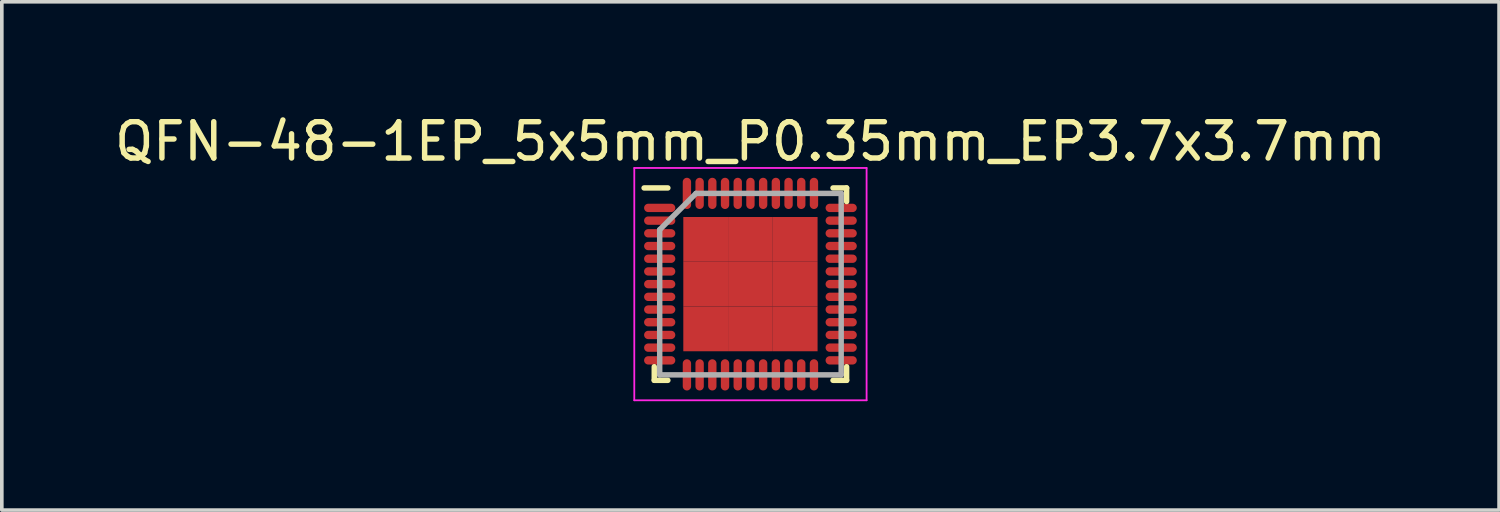
<source format=kicad_pcb>
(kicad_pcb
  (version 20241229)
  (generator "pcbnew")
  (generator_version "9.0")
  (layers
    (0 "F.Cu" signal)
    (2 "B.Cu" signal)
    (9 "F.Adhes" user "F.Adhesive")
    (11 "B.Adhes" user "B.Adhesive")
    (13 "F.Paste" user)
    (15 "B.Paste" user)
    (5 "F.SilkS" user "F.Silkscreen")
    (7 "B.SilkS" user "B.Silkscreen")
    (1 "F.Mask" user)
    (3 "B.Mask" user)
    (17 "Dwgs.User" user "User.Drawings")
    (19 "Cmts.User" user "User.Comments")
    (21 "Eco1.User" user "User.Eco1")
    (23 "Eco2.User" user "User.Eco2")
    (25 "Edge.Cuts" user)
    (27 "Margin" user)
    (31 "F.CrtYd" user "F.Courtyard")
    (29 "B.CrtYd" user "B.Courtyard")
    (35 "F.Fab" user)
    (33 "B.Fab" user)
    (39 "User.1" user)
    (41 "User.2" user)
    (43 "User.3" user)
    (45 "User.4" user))
  (footprint "QFN-48-1EP_5x5mm_P0.35mm_EP3.7x3.7mm"
    (layer "F.Cu")
    (at 17.625 4.778)
    (property "Reference" "QFN-48-1EP_5x5mm_P0.35mm_EP3.7x3.7mm" (at 0 -3.93 0) (layer "F.SilkS") (effects (font (size 1 1) (thickness 0.15))))
    (attr smd)
    (fp_line (start -2.65 2.65) (end -2.65 2.275) (stroke (width 0.15) (type solid)) (layer "F.SilkS"))
    (fp_line (start -2.275 -2.65) (end -2.93 -2.65) (stroke (width 0.15) (type solid)) (layer "F.SilkS"))
    (fp_line (start -2.275 2.65) (end -2.65 2.65) (stroke (width 0.15) (type solid)) (layer "F.SilkS"))
    (fp_line (start 2.275 -2.65) (end 2.65 -2.65) (stroke (width 0.15) (type solid)) (layer "F.SilkS"))
    (fp_line (start 2.275 2.65) (end 2.65 2.65) (stroke (width 0.15) (type solid)) (layer "F.SilkS"))
    (fp_line (start 2.65 -2.65) (end 2.65 -2.275) (stroke (width 0.15) (type solid)) (layer "F.SilkS"))
    (fp_line (start 2.65 2.65) (end 2.65 2.275) (stroke (width 0.15) (type solid)) (layer "F.SilkS"))
    (fp_line (start -3.2 -3.2) (end 3.2 -3.2) (stroke (width 0.05) (type solid)) (layer "F.CrtYd"))
    (fp_line (start -3.2 3.2) (end -3.2 -3.2) (stroke (width 0.05) (type solid)) (layer "F.CrtYd"))
    (fp_line (start 3.2 -3.2) (end 3.2 3.2) (stroke (width 0.05) (type solid)) (layer "F.CrtYd"))
    (fp_line (start 3.2 3.2) (end -3.2 3.2) (stroke (width 0.05) (type solid)) (layer "F.CrtYd"))
    (fp_line (start -2.5 -1.5) (end -2.5 2.5) (stroke (width 0.15) (type solid)) (layer "F.Fab"))
    (fp_line (start -2.5 2.5) (end 2.5 2.5) (stroke (width 0.15) (type solid)) (layer "F.Fab"))
    (fp_line (start -1.5 -2.5) (end -2.5 -1.5) (stroke (width 0.15) (type solid)) (layer "F.Fab"))
    (fp_line (start 2.5 -2.5) (end -1.5 -2.5) (stroke (width 0.15) (type solid)) (layer "F.Fab"))
    (fp_line (start 2.5 2.5) (end 2.5 -2.5) (stroke (width 0.15) (type solid)) (layer "F.Fab"))
    (pad "1" smd oval (at -2.5 -2.1 90) (size 0.23 0.86) (layers "F.Cu" "F.Mask" "F.Paste"))
    (pad "2" smd oval (at -2.5 -1.75 90) (size 0.23 0.86) (layers "F.Cu" "F.Mask" "F.Paste"))
    (pad "3" smd oval (at -2.5 -1.4 90) (size 0.23 0.86) (layers "F.Cu" "F.Mask" "F.Paste"))
    (pad "4" smd oval (at -2.5 -1.05 90) (size 0.23 0.86) (layers "F.Cu" "F.Mask" "F.Paste"))
    (pad "5" smd oval (at -2.5 -0.7 90) (size 0.23 0.86) (layers "F.Cu" "F.Mask" "F.Paste"))
    (pad "6" smd oval (at -2.5 -0.35 90) (size 0.23 0.86) (layers "F.Cu" "F.Mask" "F.Paste"))
    (pad "7" smd oval (at -2.5 0 90) (size 0.23 0.86) (layers "F.Cu" "F.Mask" "F.Paste"))
    (pad "8" smd oval (at -2.5 0.35 90) (size 0.23 0.86) (layers "F.Cu" "F.Mask" "F.Paste"))
    (pad "9" smd oval (at -2.5 0.7 90) (size 0.23 0.86) (layers "F.Cu" "F.Mask" "F.Paste"))
    (pad "10" smd oval (at -2.5 1.05 90) (size 0.23 0.86) (layers "F.Cu" "F.Mask" "F.Paste"))
    (pad "11" smd oval (at -2.5 1.4 90) (size 0.23 0.86) (layers "F.Cu" "F.Mask" "F.Paste"))
    (pad "12" smd oval (at -2.5 1.75 90) (size 0.23 0.86) (layers "F.Cu" "F.Mask" "F.Paste"))
    (pad "13" smd oval (at -2.5 2.1 90) (size 0.23 0.86) (layers "F.Cu" "F.Mask" "F.Paste"))
    (pad "14" smd oval (at -1.75 2.5) (size 0.23 0.86) (layers "F.Cu" "F.Mask" "F.Paste"))
    (pad "15" smd oval (at -1.4 2.5) (size 0.23 0.86) (layers "F.Cu" "F.Mask" "F.Paste"))
    (pad "16" smd oval (at -1.05 2.5) (size 0.23 0.86) (layers "F.Cu" "F.Mask" "F.Paste"))
    (pad "17" smd oval (at -0.7 2.5) (size 0.23 0.86) (layers "F.Cu" "F.Mask" "F.Paste"))
    (pad "18" smd oval (at -0.35 2.5) (size 0.23 0.86) (layers "F.Cu" "F.Mask" "F.Paste"))
    (pad "19" smd oval (at 0 2.5) (size 0.23 0.86) (layers "F.Cu" "F.Mask" "F.Paste"))
    (pad "20" smd oval (at 0.35 2.5) (size 0.23 0.86) (layers "F.Cu" "F.Mask" "F.Paste"))
    (pad "21" smd oval (at 0.7 2.5) (size 0.23 0.86) (layers "F.Cu" "F.Mask" "F.Paste"))
    (pad "22" smd oval (at 1.05 2.5) (size 0.23 0.86) (layers "F.Cu" "F.Mask" "F.Paste"))
    (pad "23" smd oval (at 1.4 2.5) (size 0.23 0.86) (layers "F.Cu" "F.Mask" "F.Paste"))
    (pad "24" smd oval (at 1.75 2.5) (size 0.23 0.86) (layers "F.Cu" "F.Mask" "F.Paste"))
    (pad "25" smd oval (at 2.5 2.1 90) (size 0.23 0.86) (layers "F.Cu" "F.Mask" "F.Paste"))
    (pad "26" smd oval (at 2.5 1.75 90) (size 0.23 0.86) (layers "F.Cu" "F.Mask" "F.Paste"))
    (pad "27" smd oval (at 2.5 1.4 90) (size 0.23 0.86) (layers "F.Cu" "F.Mask" "F.Paste"))
    (pad "28" smd oval (at 2.5 1.05 90) (size 0.23 0.86) (layers "F.Cu" "F.Mask" "F.Paste"))
    (pad "29" smd oval (at 2.5 0.7 90) (size 0.23 0.86) (layers "F.Cu" "F.Mask" "F.Paste"))
    (pad "30" smd oval (at 2.5 0.35 90) (size 0.23 0.86) (layers "F.Cu" "F.Mask" "F.Paste"))
    (pad "31" smd oval (at 2.5 0 90) (size 0.23 0.86) (layers "F.Cu" "F.Mask" "F.Paste"))
    (pad "32" smd oval (at 2.5 -0.35 90) (size 0.23 0.86) (layers "F.Cu" "F.Mask" "F.Paste"))
    (pad "33" smd oval (at 2.5 -0.7 90) (size 0.23 0.86) (layers "F.Cu" "F.Mask" "F.Paste"))
    (pad "34" smd oval (at 2.5 -1.05 90) (size 0.23 0.86) (layers "F.Cu" "F.Mask" "F.Paste"))
    (pad "35" smd oval (at 2.5 -1.4 90) (size 0.23 0.86) (layers "F.Cu" "F.Mask" "F.Paste"))
    (pad "36" smd oval (at 2.5 -1.75 90) (size 0.23 0.86) (layers "F.Cu" "F.Mask" "F.Paste"))
    (pad "37" smd oval (at 2.5 -2.1 90) (size 0.23 0.86) (layers "F.Cu" "F.Mask" "F.Paste"))
    (pad "38" smd oval (at 1.75 -2.5) (size 0.23 0.86) (layers "F.Cu" "F.Mask" "F.Paste"))
    (pad "39" smd oval (at 1.4 -2.5) (size 0.23 0.86) (layers "F.Cu" "F.Mask" "F.Paste"))
    (pad "40" smd oval (at 1.05 -2.5) (size 0.23 0.86) (layers "F.Cu" "F.Mask" "F.Paste"))
    (pad "41" smd oval (at 0.7 -2.5) (size 0.23 0.86) (layers "F.Cu" "F.Mask" "F.Paste"))
    (pad "42" smd oval (at 0.35 -2.5) (size 0.23 0.86) (layers "F.Cu" "F.Mask" "F.Paste"))
    (pad "43" smd oval (at 0 -2.5) (size 0.23 0.86) (layers "F.Cu" "F.Mask" "F.Paste"))
    (pad "44" smd oval (at -0.35 -2.5) (size 0.23 0.86) (layers "F.Cu" "F.Mask" "F.Paste"))
    (pad "45" smd oval (at -0.7 -2.5) (size 0.23 0.86) (layers "F.Cu" "F.Mask" "F.Paste"))
    (pad "46" smd oval (at -1.05 -2.5) (size 0.23 0.86) (layers "F.Cu" "F.Mask" "F.Paste"))
    (pad "47" smd oval (at -1.4 -2.5) (size 0.23 0.86) (layers "F.Cu" "F.Mask" "F.Paste"))
    (pad "48" smd oval (at -1.75 -2.5) (size 0.23 0.86) (layers "F.Cu" "F.Mask" "F.Paste"))
    (pad "49" smd rect (at -1.233 -1.233) (size 1.233 1.233) (layers "F.Cu" "F.Mask" "F.Paste"))
    (pad "49" smd rect (at -1.233 0) (size 1.233 1.233) (layers "F.Cu" "F.Mask" "F.Paste"))
    (pad "49" smd rect (at -1.233 1.233) (size 1.233 1.233) (layers "F.Cu" "F.Mask" "F.Paste"))
    (pad "49" smd rect (at 0 -1.233) (size 1.233 1.233) (layers "F.Cu" "F.Mask" "F.Paste"))
    (pad "49" smd rect (at 0 0) (size 1.233 1.233) (layers "F.Cu" "F.Mask" "F.Paste"))
    (pad "49" smd rect (at 0 1.233) (size 1.233 1.233) (layers "F.Cu" "F.Mask" "F.Paste"))
    (pad "49" smd rect (at 1.233 -1.233) (size 1.233 1.233) (layers "F.Cu" "F.Mask" "F.Paste"))
    (pad "49" smd rect (at 1.233 0) (size 1.233 1.233) (layers "F.Cu" "F.Mask" "F.Paste"))
    (pad "49" smd rect (at 1.233 1.233) (size 1.233 1.233) (layers "F.Cu" "F.Mask" "F.Paste")))
  (gr_rect
    (start -3 -3)
    (end 38.25 11.003)
    (stroke (width 0.1) (type default))
    (fill no)
    (layer "Edge.Cuts")))
</source>
